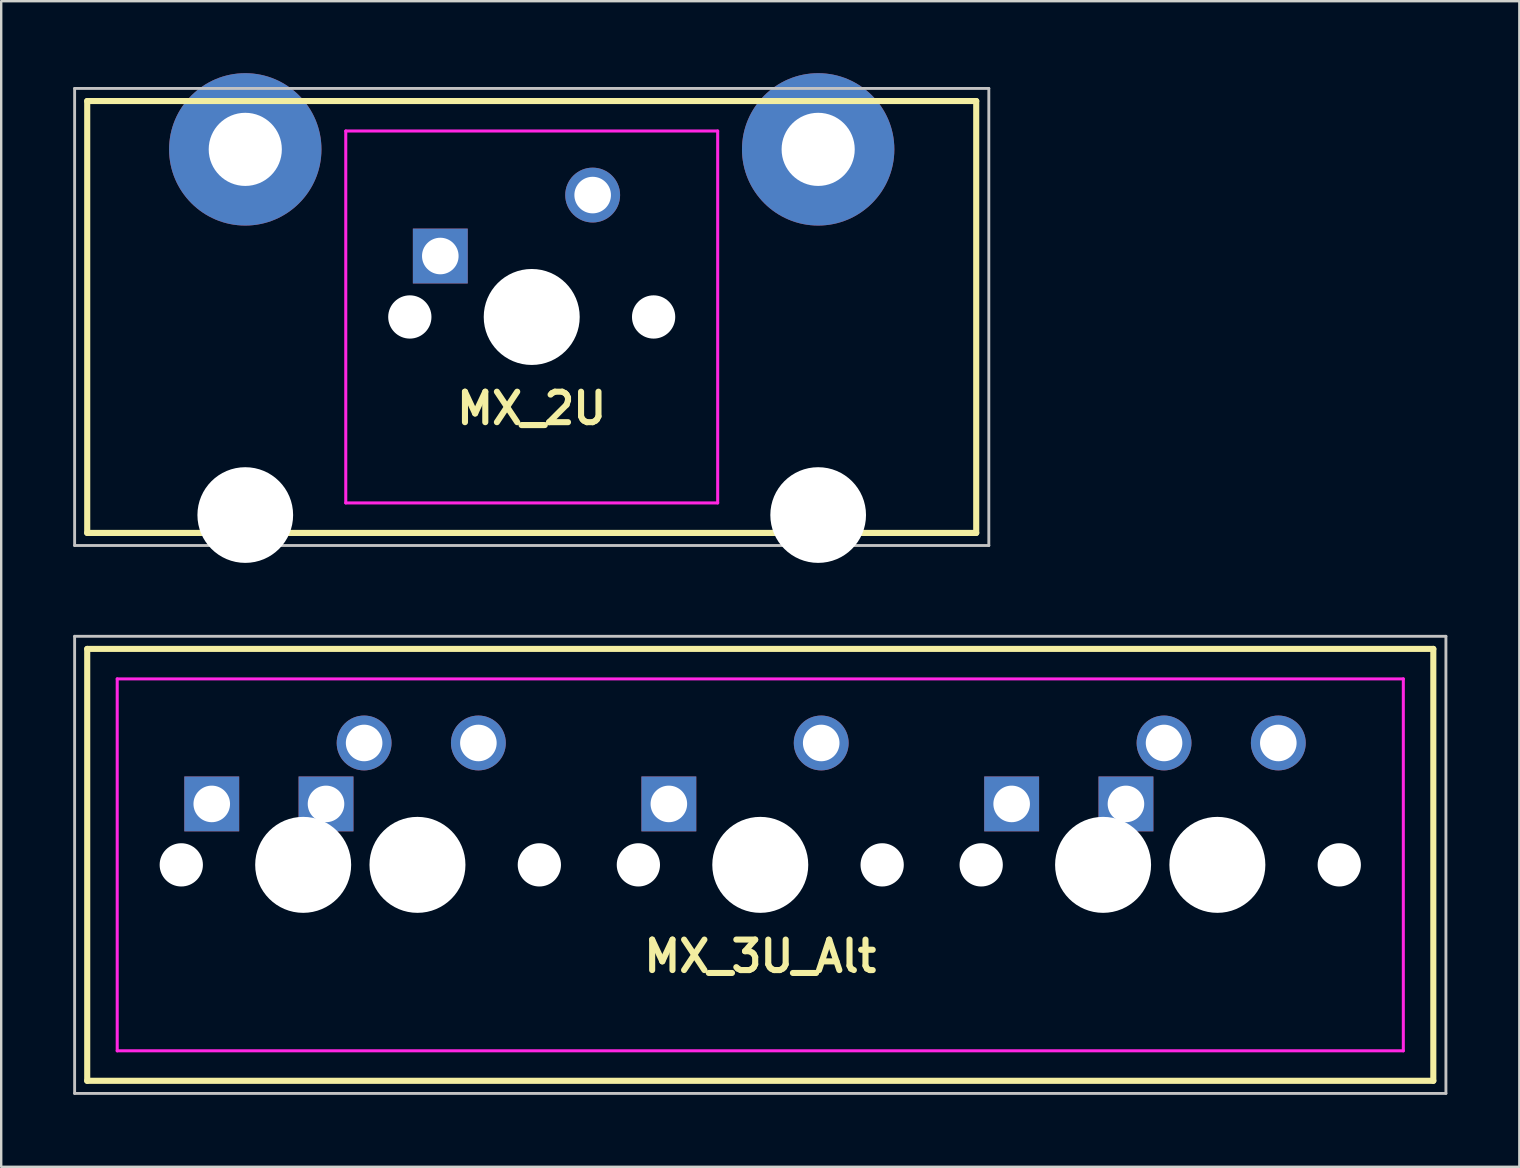
<source format=kicad_pcb>
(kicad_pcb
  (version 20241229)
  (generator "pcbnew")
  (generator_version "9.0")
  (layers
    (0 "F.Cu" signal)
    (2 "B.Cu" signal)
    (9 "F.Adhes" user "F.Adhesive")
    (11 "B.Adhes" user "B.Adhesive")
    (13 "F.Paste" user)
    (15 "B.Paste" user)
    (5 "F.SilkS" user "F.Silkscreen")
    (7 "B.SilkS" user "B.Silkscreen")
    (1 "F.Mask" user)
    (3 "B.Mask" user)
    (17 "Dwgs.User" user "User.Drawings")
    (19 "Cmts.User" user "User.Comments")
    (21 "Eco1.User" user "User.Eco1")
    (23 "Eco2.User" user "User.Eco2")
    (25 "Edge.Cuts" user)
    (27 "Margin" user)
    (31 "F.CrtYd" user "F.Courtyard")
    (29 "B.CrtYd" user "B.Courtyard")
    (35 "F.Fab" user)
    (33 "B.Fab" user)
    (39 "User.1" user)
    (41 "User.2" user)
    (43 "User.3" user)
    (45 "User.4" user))
  (footprint "MX_2U"
    (layer "F.Cu")
    (at 19.11 10.16)
    (property "Reference" "MX_2U" (at 0 3.81 180) (layer "F.SilkS") (effects (font (size 1.27 1.27) (thickness 0.254))))
    (attr through_hole)
    (fp_line (start -18.525 -9) (end 18.525 -9) (stroke (width 0.254) (type solid)) (layer "F.SilkS"))
    (fp_line (start -18.525 9) (end -18.525 -9) (stroke (width 0.254) (type solid)) (layer "F.SilkS"))
    (fp_line (start 18.525 -9) (end 18.525 9) (stroke (width 0.254) (type solid)) (layer "F.SilkS"))
    (fp_line (start 18.525 9) (end -18.525 9) (stroke (width 0.254) (type solid)) (layer "F.SilkS"))
    (fp_line (start -19.05 -9.525) (end -19.05 9.525) (stroke (width 0.12) (type solid)) (layer "Dwgs.User"))
    (fp_line (start -19.05 -9.525) (end 19.05 -9.525) (stroke (width 0.12) (type solid)) (layer "Dwgs.User"))
    (fp_line (start -19.05 9.525) (end 19.05 9.525) (stroke (width 0.12) (type solid)) (layer "Dwgs.User"))
    (fp_line (start 19.05 -9.525) (end 19.05 9.525) (stroke (width 0.12) (type solid)) (layer "Dwgs.User"))
    (fp_line (start -15.494 7.366) (end -15.494 -7.366) (stroke (width 0.025) (type solid)) (layer "Eco1.User"))
    (fp_line (start -15.24 -7.62) (end -8.636 -7.62) (stroke (width 0.025) (type solid)) (layer "Eco1.User"))
    (fp_line (start -15.24 7.62) (end -8.636 7.62) (stroke (width 0.025) (type solid)) (layer "Eco1.User"))
    (fp_line (start -8.382 -7.366) (end -8.382 7.366) (stroke (width 0.025) (type solid)) (layer "Eco1.User"))
    (fp_line (start -7 6.746) (end -7 -6.746) (stroke (width 0.025) (type solid)) (layer "Eco1.User"))
    (fp_line (start -6.746 -7) (end 6.746 -7) (stroke (width 0.025) (type solid)) (layer "Eco1.User"))
    (fp_line (start 6.746 7) (end -6.746 7) (stroke (width 0.025) (type solid)) (layer "Eco1.User"))
    (fp_line (start 7 -6.746) (end 7 6.746) (stroke (width 0.025) (type solid)) (layer "Eco1.User"))
    (fp_line (start 8.382 7.366) (end 8.382 -7.366) (stroke (width 0.025) (type solid)) (layer "Eco1.User"))
    (fp_line (start 8.636 -7.62) (end 15.24 -7.62) (stroke (width 0.025) (type solid)) (layer "Eco1.User"))
    (fp_line (start 15.24 7.62) (end 8.636 7.62) (stroke (width 0.025) (type solid)) (layer "Eco1.User"))
    (fp_line (start 15.494 -7.366) (end 15.494 7.366) (stroke (width 0.025) (type solid)) (layer "Eco1.User"))
    (fp_arc (start -15.494 -7.366) (mid -15.419605 -7.545605) (end -15.24 -7.62) (stroke (width 0.0254) (type solid)) (layer "Eco1.User"))
    (fp_arc (start -15.24 7.62) (mid -15.419605 7.545605) (end -15.494 7.366) (stroke (width 0.0254) (type solid)) (layer "Eco1.User"))
    (fp_arc (start -8.636 -7.62) (mid -8.456395 -7.545605) (end -8.382 -7.366) (stroke (width 0.0254) (type solid)) (layer "Eco1.User"))
    (fp_arc (start -8.382 7.366) (mid -8.456395 7.545605) (end -8.636 7.62) (stroke (width 0.0254) (type solid)) (layer "Eco1.User"))
    (fp_arc (start -7 -6.746) (mid -6.925605 -6.925605) (end -6.746 -7) (stroke (width 0.0254) (type solid)) (layer "Eco1.User"))
    (fp_arc (start -6.746 7) (mid -6.925605 6.925605) (end -7 6.746) (stroke (width 0.0254) (type solid)) (layer "Eco1.User"))
    (fp_arc (start 6.746 -7) (mid 6.925605 -6.925605) (end 7 -6.746) (stroke (width 0.0254) (type solid)) (layer "Eco1.User"))
    (fp_arc (start 7 6.746) (mid 6.925605 6.925605) (end 6.746 7) (stroke (width 0.0254) (type solid)) (layer "Eco1.User"))
    (fp_arc (start 8.382 -7.366) (mid 8.456395 -7.545605) (end 8.636 -7.62) (stroke (width 0.0254) (type solid)) (layer "Eco1.User"))
    (fp_arc (start 8.636 7.62) (mid 8.456395 7.545605) (end 8.382 7.366) (stroke (width 0.0254) (type solid)) (layer "Eco1.User"))
    (fp_arc (start 15.24 -7.62) (mid 15.419605 -7.545605) (end 15.494 -7.366) (stroke (width 0.0254) (type solid)) (layer "Eco1.User"))
    (fp_arc (start 15.494 7.366) (mid 15.419605 7.545605) (end 15.24 7.62) (stroke (width 0.0254) (type solid)) (layer "Eco1.User"))
    (fp_line (start -7.75 -7.75) (end 7.75 -7.75) (stroke (width 0.127) (type solid)) (layer "F.CrtYd"))
    (fp_line (start -7.75 7.75) (end -7.75 -7.75) (stroke (width 0.127) (type solid)) (layer "F.CrtYd"))
    (fp_line (start 7.75 -7.75) (end 7.75 7.75) (stroke (width 0.127) (type solid)) (layer "F.CrtYd"))
    (fp_line (start 7.75 7.75) (end -7.75 7.75) (stroke (width 0.127) (type solid)) (layer "F.CrtYd"))
    (pad "" thru_hole circle (at -11.938 -6.985) (size 6.35 6.35) (drill 3.048) (layers "B.Cu" "B.Mask"))
    (pad "" np_thru_hole circle (at -11.938 8.255) (size 3.988 3.988) (drill 3.988) (layers "*.Cu" "*.Mask"))
    (pad "" np_thru_hole circle (at -5.08 0 180) (size 1.803 1.803) (drill 1.803) (layers "*.Cu" "*.Mask"))
    (pad "" np_thru_hole circle (at 0 0 180) (size 4 4) (drill 4) (layers "*.Cu" "*.Mask"))
    (pad "" np_thru_hole circle (at 5.08 0 180) (size 1.803 1.803) (drill 1.803) (layers "*.Cu" "*.Mask"))
    (pad "" thru_hole circle (at 11.938 -6.985) (size 6.35 6.35) (drill 3.048) (layers "B.Cu" "B.Mask"))
    (pad "" np_thru_hole circle (at 11.938 8.255) (size 3.988 3.988) (drill 3.988) (layers "*.Cu" "*.Mask"))
    (pad "1" thru_hole rect (at -3.81 -2.54 180) (size 2.286 2.286) (drill 1.524) (layers "*.Cu" "*.Mask"))
    (pad "2" thru_hole circle (at 2.54 -5.08) (size 2.286 2.286) (drill 1.524) (layers "*.Cu" "*.Mask")))
  (footprint "MX_3U_Alt"
    (layer "F.Cu")
    (at 28.635 32.994)
    (property "Reference" "MX_3U_Alt" (at 0 3.81 180) (layer "F.SilkS") (effects (font (size 1.27 1.27) (thickness 0.254))))
    (attr through_hole)
    (fp_line (start -28.05 -9) (end 28.05 -9) (stroke (width 0.254) (type solid)) (layer "F.SilkS"))
    (fp_line (start -28.05 9) (end -28.05 -9) (stroke (width 0.254) (type solid)) (layer "F.SilkS"))
    (fp_line (start 28.05 -9) (end 28.05 9) (stroke (width 0.254) (type solid)) (layer "F.SilkS"))
    (fp_line (start 28.05 9) (end -28.05 9) (stroke (width 0.254) (type solid)) (layer "F.SilkS"))
    (fp_line (start -28.575 -9.525) (end -28.575 9.525) (stroke (width 0.12) (type solid)) (layer "Dwgs.User"))
    (fp_line (start -28.575 -9.525) (end 28.575 -9.525) (stroke (width 0.12) (type solid)) (layer "Dwgs.User"))
    (fp_line (start -28.575 9.525) (end 28.575 9.525) (stroke (width 0.12) (type solid)) (layer "Dwgs.User"))
    (fp_line (start 28.575 -9.525) (end 28.575 9.525) (stroke (width 0.12) (type solid)) (layer "Dwgs.User"))
    (fp_line (start -26.05 6.746) (end -26.05 -6.746) (stroke (width 0.025) (type solid)) (layer "Eco1.User"))
    (fp_line (start -25.796 -7) (end 25.796 -7) (stroke (width 0.025) (type solid)) (layer "Eco1.User"))
    (fp_line (start 25.796 7) (end -25.796 7) (stroke (width 0.025) (type solid)) (layer "Eco1.User"))
    (fp_line (start 26.05 -6.746) (end 26.05 6.746) (stroke (width 0.025) (type solid)) (layer "Eco1.User"))
    (fp_arc (start -26.05 -6.746) (mid -25.975605 -6.925605) (end -25.796 -7) (stroke (width 0.0254) (type solid)) (layer "Eco1.User"))
    (fp_arc (start -25.796 7) (mid -25.975605 6.925605) (end -26.05 6.746) (stroke (width 0.0254) (type solid)) (layer "Eco1.User"))
    (fp_arc (start 25.796 -7) (mid 25.975605 -6.925605) (end 26.05 -6.746) (stroke (width 0.0254) (type solid)) (layer "Eco1.User"))
    (fp_arc (start 26.05 6.746) (mid 25.975605 6.925605) (end 25.796 7) (stroke (width 0.0254) (type solid)) (layer "Eco1.User"))
    (fp_line (start -26.8 -7.75) (end 26.8 -7.75) (stroke (width 0.127) (type solid)) (layer "F.CrtYd"))
    (fp_line (start -26.8 7.75) (end -26.8 -7.75) (stroke (width 0.127) (type solid)) (layer "F.CrtYd"))
    (fp_line (start 26.8 -7.75) (end 26.8 7.75) (stroke (width 0.127) (type solid)) (layer "F.CrtYd"))
    (fp_line (start 26.8 7.75) (end -26.8 7.75) (stroke (width 0.127) (type solid)) (layer "F.CrtYd"))
    (pad "" np_thru_hole circle (at -24.13 0 180) (size 1.803 1.803) (drill 1.803) (layers "*.Cu" "*.Mask"))
    (pad "" np_thru_hole circle (at -19.05 0) (size 4 4) (drill 4) (layers "*.Cu" "*.Mask"))
    (pad "" np_thru_hole circle (at -14.287 0) (size 4 4) (drill 4) (layers "*.Cu" "*.Mask"))
    (pad "" np_thru_hole circle (at -9.207 0 180) (size 1.803 1.803) (drill 1.803) (layers "*.Cu" "*.Mask"))
    (pad "" np_thru_hole circle (at -5.08 0 180) (size 1.803 1.803) (drill 1.803) (layers "*.Cu" "*.Mask"))
    (pad "" np_thru_hole circle (at 0 0) (size 4 4) (drill 4) (layers "*.Cu" "*.Mask"))
    (pad "" np_thru_hole circle (at 5.08 0) (size 1.803 1.803) (drill 1.803) (layers "*.Cu" "*.Mask"))
    (pad "" np_thru_hole circle (at 9.207 0 180) (size 1.803 1.803) (drill 1.803) (layers "*.Cu" "*.Mask"))
    (pad "" np_thru_hole circle (at 14.287 0) (size 4 4) (drill 4) (layers "*.Cu" "*.Mask"))
    (pad "" np_thru_hole circle (at 19.05 0) (size 4 4) (drill 4) (layers "*.Cu" "*.Mask"))
    (pad "" np_thru_hole circle (at 24.13 0) (size 1.803 1.803) (drill 1.803) (layers "*.Cu" "*.Mask"))
    (pad "1" thru_hole rect (at -22.86 -2.54 180) (size 2.286 2.286) (drill 1.524) (layers "*.Cu" "*.Mask"))
    (pad "1" thru_hole rect (at -18.098 -2.54 180) (size 2.286 2.286) (drill 1.524) (layers "*.Cu" "*.Mask"))
    (pad "2" thru_hole circle (at -16.51 -5.08 41.9) (size 2.286 2.286) (drill 1.524) (layers "*.Cu" "*.Mask"))
    (pad "2" thru_hole circle (at -11.748 -5.08 41.9) (size 2.286 2.286) (drill 1.524) (layers "*.Cu" "*.Mask"))
    (pad "3" thru_hole rect (at -3.81 -2.54 180) (size 2.286 2.286) (drill 1.524) (layers "*.Cu" "*.Mask"))
    (pad "4" thru_hole circle (at 2.54 -5.08 41.9) (size 2.286 2.286) (drill 1.524) (layers "*.Cu" "*.Mask"))
    (pad "5" thru_hole rect (at 10.477 -2.54 180) (size 2.286 2.286) (drill 1.524) (layers "*.Cu" "*.Mask"))
    (pad "5" thru_hole rect (at 15.24 -2.54 180) (size 2.286 2.286) (drill 1.524) (layers "*.Cu" "*.Mask"))
    (pad "6" thru_hole circle (at 16.828 -5.08 41.9) (size 2.286 2.286) (drill 1.524) (layers "*.Cu" "*.Mask"))
    (pad "6" thru_hole circle (at 21.59 -5.08 41.9) (size 2.286 2.286) (drill 1.524) (layers "*.Cu" "*.Mask")))
  (gr_rect
    (start -3 -3)
    (end 60.27 45.579)
    (stroke (width 0.1) (type default))
    (fill no)
    (layer "Edge.Cuts")))
</source>
